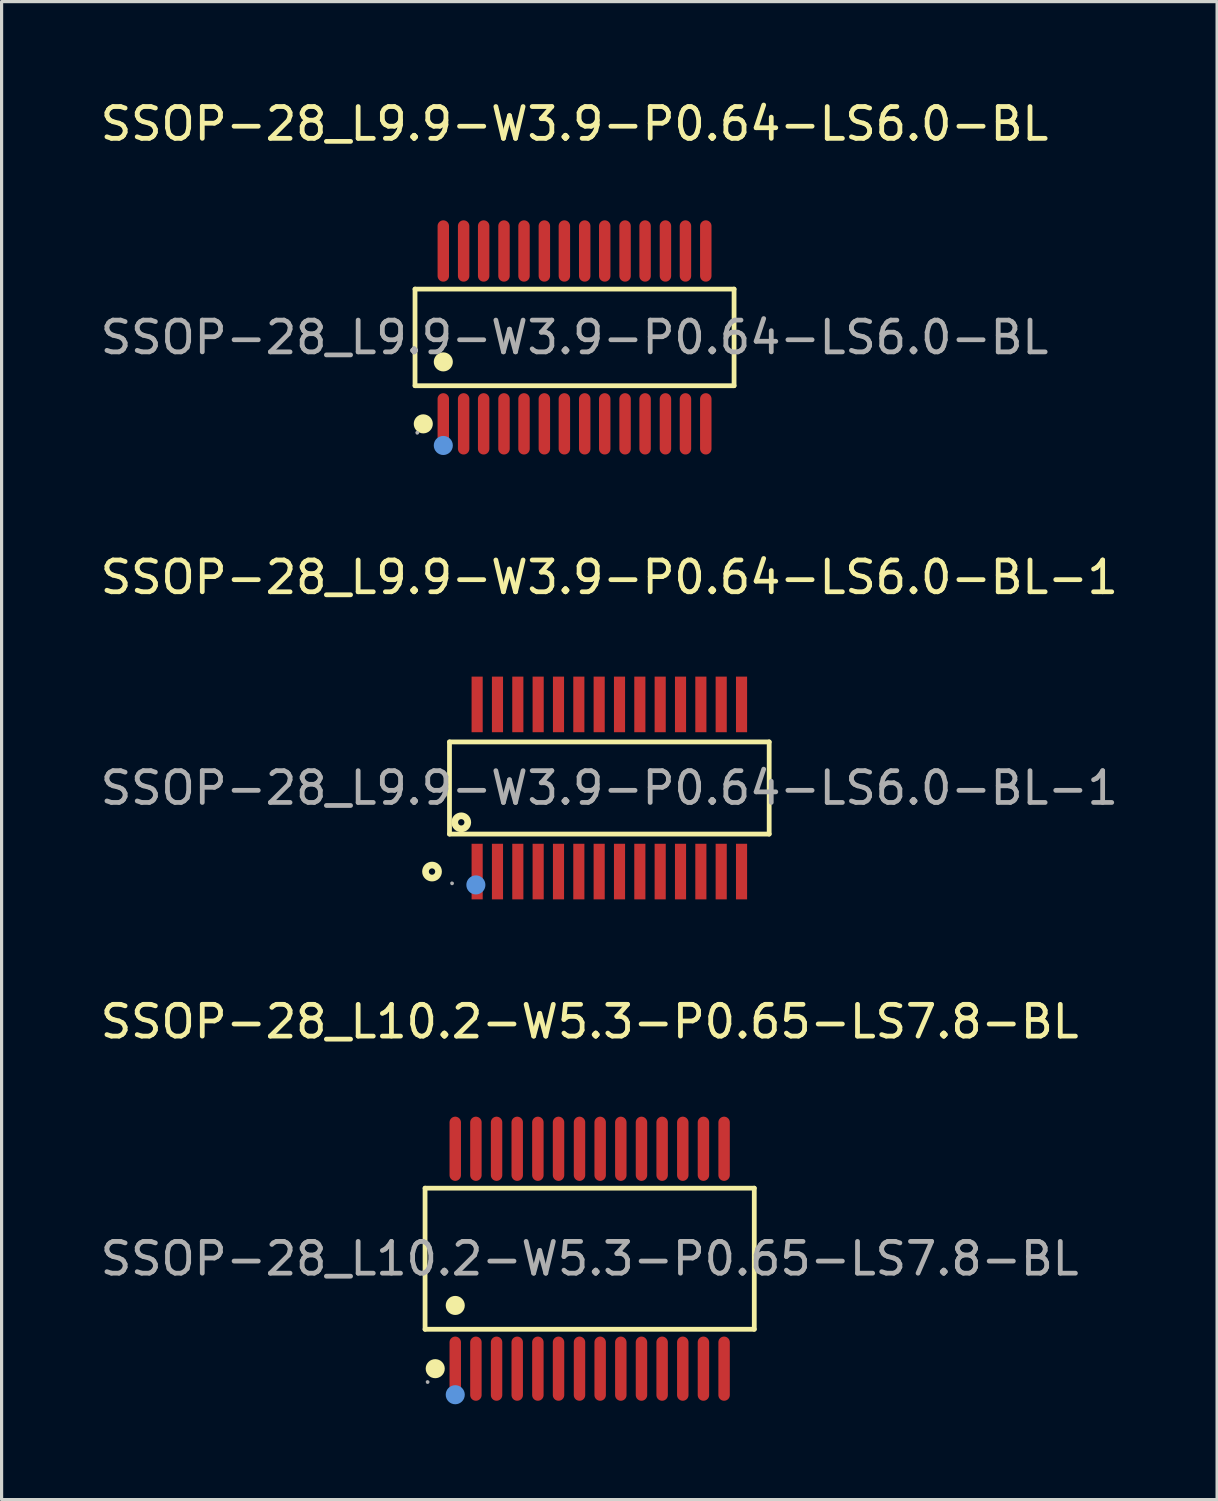
<source format=kicad_pcb>
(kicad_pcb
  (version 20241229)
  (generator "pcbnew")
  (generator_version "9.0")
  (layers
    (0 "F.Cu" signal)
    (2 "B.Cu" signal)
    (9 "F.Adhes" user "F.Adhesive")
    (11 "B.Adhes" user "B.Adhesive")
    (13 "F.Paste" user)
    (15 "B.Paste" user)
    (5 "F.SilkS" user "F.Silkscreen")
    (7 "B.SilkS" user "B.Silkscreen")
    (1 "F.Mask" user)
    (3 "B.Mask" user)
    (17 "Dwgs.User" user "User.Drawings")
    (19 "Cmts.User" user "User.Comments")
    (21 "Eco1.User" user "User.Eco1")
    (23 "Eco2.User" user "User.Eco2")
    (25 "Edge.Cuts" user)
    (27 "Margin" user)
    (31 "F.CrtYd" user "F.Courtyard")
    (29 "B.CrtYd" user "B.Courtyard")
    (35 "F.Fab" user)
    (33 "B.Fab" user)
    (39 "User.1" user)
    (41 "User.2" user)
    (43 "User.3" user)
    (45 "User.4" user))
  (footprint "SSOP-28_L10.2-W5.3-P0.65-LS7.8-BL"
    (layer "F.Cu")
    (at 15.506 36.56)
    (property "Reference" "SSOP-28_L10.2-W5.3-P0.65-LS7.8-BL" (at 0 -7.46 0) (layer "F.SilkS") (effects (font (size 1 1) (thickness 0.15))))
    (attr through_hole)
    (fp_line (start -5.18 -2.22) (end 5.18 -2.22) (stroke (width 0.15) (type solid)) (layer "F.SilkS"))
    (fp_line (start -5.18 2.22) (end -5.18 -2.22) (stroke (width 0.15) (type solid)) (layer "F.SilkS"))
    (fp_line (start 5.18 -2.22) (end 5.18 2.22) (stroke (width 0.15) (type solid)) (layer "F.SilkS"))
    (fp_line (start 5.18 2.22) (end -5.18 2.22) (stroke (width 0.15) (type solid)) (layer "F.SilkS"))
    (fp_circle (center -4.86 3.46) (end -4.71 3.46) (stroke (width 0.3) (type solid)) (fill no) (layer "F.SilkS"))
    (fp_circle (center -4.23 1.47) (end -4.08 1.47) (stroke (width 0.3) (type solid)) (fill no) (layer "F.SilkS"))
    (fp_circle (center -4.23 4.28) (end -4.08 4.28) (stroke (width 0.3) (type solid)) (fill no) (layer "Cmts.User"))
    (fp_circle (center -5.1 3.88) (end -5.07 3.88) (stroke (width 0.06) (type solid)) (fill no) (layer "F.Fab"))
    (fp_text user "${REFERENCE}" (at 0 0 0) (layer "F.Fab") (effects (font (size 1 1) (thickness 0.15))))
    (pad "1" smd oval (at -4.23 3.46) (size 0.36 2.02) (layers "F.Cu" "F.Mask" "F.Paste"))
    (pad "2" smd oval (at -3.58 3.46) (size 0.36 2.02) (layers "F.Cu" "F.Mask" "F.Paste"))
    (pad "3" smd oval (at -2.93 3.46) (size 0.36 2.02) (layers "F.Cu" "F.Mask" "F.Paste"))
    (pad "4" smd oval (at -2.28 3.46) (size 0.36 2.02) (layers "F.Cu" "F.Mask" "F.Paste"))
    (pad "5" smd oval (at -1.63 3.46) (size 0.36 2.02) (layers "F.Cu" "F.Mask" "F.Paste"))
    (pad "6" smd oval (at -0.98 3.46) (size 0.36 2.02) (layers "F.Cu" "F.Mask" "F.Paste"))
    (pad "7" smd oval (at -0.32 3.46) (size 0.36 2.02) (layers "F.Cu" "F.Mask" "F.Paste"))
    (pad "8" smd oval (at 0.33 3.46) (size 0.36 2.02) (layers "F.Cu" "F.Mask" "F.Paste"))
    (pad "9" smd oval (at 0.98 3.46) (size 0.36 2.02) (layers "F.Cu" "F.Mask" "F.Paste"))
    (pad "10" smd oval (at 1.63 3.46) (size 0.36 2.02) (layers "F.Cu" "F.Mask" "F.Paste"))
    (pad "11" smd oval (at 2.28 3.46) (size 0.36 2.02) (layers "F.Cu" "F.Mask" "F.Paste"))
    (pad "12" smd oval (at 2.93 3.46) (size 0.36 2.02) (layers "F.Cu" "F.Mask" "F.Paste"))
    (pad "13" smd oval (at 3.58 3.46) (size 0.36 2.02) (layers "F.Cu" "F.Mask" "F.Paste"))
    (pad "14" smd oval (at 4.23 3.46) (size 0.36 2.02) (layers "F.Cu" "F.Mask" "F.Paste"))
    (pad "15" smd oval (at 4.23 -3.46) (size 0.36 2.02) (layers "F.Cu" "F.Mask" "F.Paste"))
    (pad "16" smd oval (at 3.58 -3.46) (size 0.36 2.02) (layers "F.Cu" "F.Mask" "F.Paste"))
    (pad "17" smd oval (at 2.93 -3.46) (size 0.36 2.02) (layers "F.Cu" "F.Mask" "F.Paste"))
    (pad "18" smd oval (at 2.28 -3.46) (size 0.36 2.02) (layers "F.Cu" "F.Mask" "F.Paste"))
    (pad "19" smd oval (at 1.63 -3.46) (size 0.36 2.02) (layers "F.Cu" "F.Mask" "F.Paste"))
    (pad "20" smd oval (at 0.98 -3.46) (size 0.36 2.02) (layers "F.Cu" "F.Mask" "F.Paste"))
    (pad "21" smd oval (at 0.33 -3.46) (size 0.36 2.02) (layers "F.Cu" "F.Mask" "F.Paste"))
    (pad "22" smd oval (at -0.32 -3.46) (size 0.36 2.02) (layers "F.Cu" "F.Mask" "F.Paste"))
    (pad "23" smd oval (at -0.98 -3.46) (size 0.36 2.02) (layers "F.Cu" "F.Mask" "F.Paste"))
    (pad "24" smd oval (at -1.63 -3.46) (size 0.36 2.02) (layers "F.Cu" "F.Mask" "F.Paste"))
    (pad "25" smd oval (at -2.28 -3.46) (size 0.36 2.02) (layers "F.Cu" "F.Mask" "F.Paste"))
    (pad "26" smd oval (at -2.93 -3.46) (size 0.36 2.02) (layers "F.Cu" "F.Mask" "F.Paste"))
    (pad "27" smd oval (at -3.58 -3.46) (size 0.36 2.02) (layers "F.Cu" "F.Mask" "F.Paste"))
    (pad "28" smd oval (at -4.23 -3.46) (size 0.36 2.02) (layers "F.Cu" "F.Mask" "F.Paste")))
  (footprint "SSOP-28_L9.9-W3.9-P0.64-LS6.0-BL"
    (layer "F.Cu")
    (at 15.03 7.568)
    (property "Reference" "SSOP-28_L9.9-W3.9-P0.64-LS6.0-BL" (at 0 -6.72 0) (layer "F.SilkS") (effects (font (size 1 1) (thickness 0.15))))
    (attr through_hole)
    (fp_line (start -5.02 -1.52) (end 5.02 -1.52) (stroke (width 0.15) (type solid)) (layer "F.SilkS"))
    (fp_line (start -5.02 1.52) (end -5.02 -1.52) (stroke (width 0.15) (type solid)) (layer "F.SilkS"))
    (fp_line (start 5.02 -1.52) (end 5.02 1.52) (stroke (width 0.15) (type solid)) (layer "F.SilkS"))
    (fp_line (start 5.02 1.52) (end -5.02 1.52) (stroke (width 0.15) (type solid)) (layer "F.SilkS"))
    (fp_circle (center -4.76 2.72) (end -4.61 2.72) (stroke (width 0.3) (type solid)) (fill no) (layer "F.SilkS"))
    (fp_circle (center -4.13 0.77) (end -3.98 0.77) (stroke (width 0.3) (type solid)) (fill no) (layer "F.SilkS"))
    (fp_circle (center -4.13 3.4) (end -3.98 3.4) (stroke (width 0.3) (type solid)) (fill no) (layer "Cmts.User"))
    (fp_circle (center -4.95 3) (end -4.92 3) (stroke (width 0.06) (type solid)) (fill no) (layer "F.Fab"))
    (fp_text user "${REFERENCE}" (at 0 0 0) (layer "F.Fab") (effects (font (size 1 1) (thickness 0.15))))
    (pad "1" smd oval (at -4.13 2.72) (size 0.36 1.93) (layers "F.Cu" "F.Mask" "F.Paste"))
    (pad "2" smd oval (at -3.49 2.72) (size 0.36 1.93) (layers "F.Cu" "F.Mask" "F.Paste"))
    (pad "3" smd oval (at -2.86 2.72) (size 0.36 1.93) (layers "F.Cu" "F.Mask" "F.Paste"))
    (pad "4" smd oval (at -2.22 2.72) (size 0.36 1.93) (layers "F.Cu" "F.Mask" "F.Paste"))
    (pad "5" smd oval (at -1.59 2.72) (size 0.36 1.93) (layers "F.Cu" "F.Mask" "F.Paste"))
    (pad "6" smd oval (at -0.95 2.72) (size 0.36 1.93) (layers "F.Cu" "F.Mask" "F.Paste"))
    (pad "7" smd oval (at -0.32 2.72) (size 0.36 1.93) (layers "F.Cu" "F.Mask" "F.Paste"))
    (pad "8" smd oval (at 0.32 2.72) (size 0.36 1.93) (layers "F.Cu" "F.Mask" "F.Paste"))
    (pad "9" smd oval (at 0.95 2.72) (size 0.36 1.93) (layers "F.Cu" "F.Mask" "F.Paste"))
    (pad "10" smd oval (at 1.59 2.72) (size 0.36 1.93) (layers "F.Cu" "F.Mask" "F.Paste"))
    (pad "11" smd oval (at 2.22 2.72) (size 0.36 1.93) (layers "F.Cu" "F.Mask" "F.Paste"))
    (pad "12" smd oval (at 2.86 2.72) (size 0.36 1.93) (layers "F.Cu" "F.Mask" "F.Paste"))
    (pad "13" smd oval (at 3.49 2.72) (size 0.36 1.93) (layers "F.Cu" "F.Mask" "F.Paste"))
    (pad "14" smd oval (at 4.13 2.72) (size 0.36 1.93) (layers "F.Cu" "F.Mask" "F.Paste"))
    (pad "15" smd oval (at 4.13 -2.72) (size 0.36 1.93) (layers "F.Cu" "F.Mask" "F.Paste"))
    (pad "16" smd oval (at 3.49 -2.72) (size 0.36 1.93) (layers "F.Cu" "F.Mask" "F.Paste"))
    (pad "17" smd oval (at 2.86 -2.72) (size 0.36 1.93) (layers "F.Cu" "F.Mask" "F.Paste"))
    (pad "18" smd oval (at 2.22 -2.72) (size 0.36 1.93) (layers "F.Cu" "F.Mask" "F.Paste"))
    (pad "19" smd oval (at 1.59 -2.72) (size 0.36 1.93) (layers "F.Cu" "F.Mask" "F.Paste"))
    (pad "20" smd oval (at 0.95 -2.72) (size 0.36 1.93) (layers "F.Cu" "F.Mask" "F.Paste"))
    (pad "21" smd oval (at 0.32 -2.72) (size 0.36 1.93) (layers "F.Cu" "F.Mask" "F.Paste"))
    (pad "22" smd oval (at -0.32 -2.72) (size 0.36 1.93) (layers "F.Cu" "F.Mask" "F.Paste"))
    (pad "23" smd oval (at -0.95 -2.72) (size 0.36 1.93) (layers "F.Cu" "F.Mask" "F.Paste"))
    (pad "24" smd oval (at -1.59 -2.72) (size 0.36 1.93) (layers "F.Cu" "F.Mask" "F.Paste"))
    (pad "25" smd oval (at -2.22 -2.72) (size 0.36 1.93) (layers "F.Cu" "F.Mask" "F.Paste"))
    (pad "26" smd oval (at -2.86 -2.72) (size 0.36 1.93) (layers "F.Cu" "F.Mask" "F.Paste"))
    (pad "27" smd oval (at -3.49 -2.72) (size 0.36 1.93) (layers "F.Cu" "F.Mask" "F.Paste"))
    (pad "28" smd oval (at -4.13 -2.72) (size 0.36 1.93) (layers "F.Cu" "F.Mask" "F.Paste")))
  (footprint "SSOP-28_L9.9-W3.9-P0.64-LS6.0-BL-1"
    (layer "F.Cu")
    (at 16.125 21.747)
    (property "Reference" "SSOP-28_L9.9-W3.9-P0.64-LS6.0-BL-1" (at 0 -6.63 0) (layer "F.SilkS") (effects (font (size 1 1) (thickness 0.15))))
    (attr through_hole)
    (fp_line (start -5.03 -1.45) (end 5.03 -1.45) (stroke (width 0.15) (type solid)) (layer "F.SilkS"))
    (fp_line (start -5.03 1.45) (end -5.03 -1.45) (stroke (width 0.15) (type solid)) (layer "F.SilkS"))
    (fp_line (start 5.03 -1.45) (end 5.03 1.45) (stroke (width 0.15) (type solid)) (layer "F.SilkS"))
    (fp_line (start 5.03 1.45) (end -5.03 1.45) (stroke (width 0.15) (type solid)) (layer "F.SilkS"))
    (fp_circle (center -5.58 2.63) (end -5.48 2.63) (stroke (width 0.21) (type solid)) (fill no) (layer "F.SilkS"))
    (fp_circle (center -4.66 1.08) (end -4.56 1.08) (stroke (width 0.21) (type solid)) (fill no) (layer "F.SilkS"))
    (fp_circle (center -4.2 3.05) (end -4.05 3.05) (stroke (width 0.3) (type solid)) (fill no) (layer "Cmts.User"))
    (fp_circle (center -4.95 3) (end -4.92 3) (stroke (width 0.06) (type solid)) (fill no) (layer "F.Fab"))
    (fp_text user "${REFERENCE}" (at 0 0 0) (layer "F.Fab") (effects (font (size 1 1) (thickness 0.15))))
    (pad "1" smd rect (at -4.16 2.63) (size 0.35 1.75) (layers "F.Cu" "F.Mask" "F.Paste"))
    (pad "2" smd rect (at -3.52 2.63) (size 0.35 1.75) (layers "F.Cu" "F.Mask" "F.Paste"))
    (pad "3" smd rect (at -2.88 2.63) (size 0.35 1.75) (layers "F.Cu" "F.Mask" "F.Paste"))
    (pad "4" smd rect (at -2.24 2.63) (size 0.35 1.75) (layers "F.Cu" "F.Mask" "F.Paste"))
    (pad "5" smd rect (at -1.6 2.63) (size 0.35 1.75) (layers "F.Cu" "F.Mask" "F.Paste"))
    (pad "6" smd rect (at -0.96 2.63) (size 0.35 1.75) (layers "F.Cu" "F.Mask" "F.Paste"))
    (pad "7" smd rect (at -0.32 2.63) (size 0.35 1.75) (layers "F.Cu" "F.Mask" "F.Paste"))
    (pad "8" smd rect (at 0.32 2.63) (size 0.35 1.75) (layers "F.Cu" "F.Mask" "F.Paste"))
    (pad "9" smd rect (at 0.96 2.63) (size 0.35 1.75) (layers "F.Cu" "F.Mask" "F.Paste"))
    (pad "10" smd rect (at 1.6 2.63) (size 0.35 1.75) (layers "F.Cu" "F.Mask" "F.Paste"))
    (pad "11" smd rect (at 2.24 2.63) (size 0.35 1.75) (layers "F.Cu" "F.Mask" "F.Paste"))
    (pad "12" smd rect (at 2.88 2.63) (size 0.35 1.75) (layers "F.Cu" "F.Mask" "F.Paste"))
    (pad "13" smd rect (at 3.52 2.63) (size 0.35 1.75) (layers "F.Cu" "F.Mask" "F.Paste"))
    (pad "14" smd rect (at 4.16 2.63) (size 0.35 1.75) (layers "F.Cu" "F.Mask" "F.Paste"))
    (pad "15" smd rect (at 4.16 -2.63) (size 0.35 1.75) (layers "F.Cu" "F.Mask" "F.Paste"))
    (pad "16" smd rect (at 3.52 -2.63) (size 0.35 1.75) (layers "F.Cu" "F.Mask" "F.Paste"))
    (pad "17" smd rect (at 2.88 -2.63) (size 0.35 1.75) (layers "F.Cu" "F.Mask" "F.Paste"))
    (pad "18" smd rect (at 2.24 -2.63) (size 0.35 1.75) (layers "F.Cu" "F.Mask" "F.Paste"))
    (pad "19" smd rect (at 1.6 -2.63) (size 0.35 1.75) (layers "F.Cu" "F.Mask" "F.Paste"))
    (pad "20" smd rect (at 0.96 -2.63) (size 0.35 1.75) (layers "F.Cu" "F.Mask" "F.Paste"))
    (pad "21" smd rect (at 0.32 -2.63) (size 0.35 1.75) (layers "F.Cu" "F.Mask" "F.Paste"))
    (pad "22" smd rect (at -0.32 -2.63) (size 0.35 1.75) (layers "F.Cu" "F.Mask" "F.Paste"))
    (pad "23" smd rect (at -0.96 -2.63) (size 0.35 1.75) (layers "F.Cu" "F.Mask" "F.Paste"))
    (pad "24" smd rect (at -1.6 -2.63) (size 0.35 1.75) (layers "F.Cu" "F.Mask" "F.Paste"))
    (pad "25" smd rect (at -2.24 -2.63) (size 0.35 1.75) (layers "F.Cu" "F.Mask" "F.Paste"))
    (pad "26" smd rect (at -2.88 -2.63) (size 0.35 1.75) (layers "F.Cu" "F.Mask" "F.Paste"))
    (pad "27" smd rect (at -3.52 -2.63) (size 0.35 1.75) (layers "F.Cu" "F.Mask" "F.Paste"))
    (pad "28" smd rect (at -4.16 -2.63) (size 0.35 1.75) (layers "F.Cu" "F.Mask" "F.Paste")))
  (gr_rect
    (start -3 -3)
    (end 35.25 44.14)
    (stroke (width 0.1) (type default))
    (fill no)
    (layer "Edge.Cuts")))
</source>
